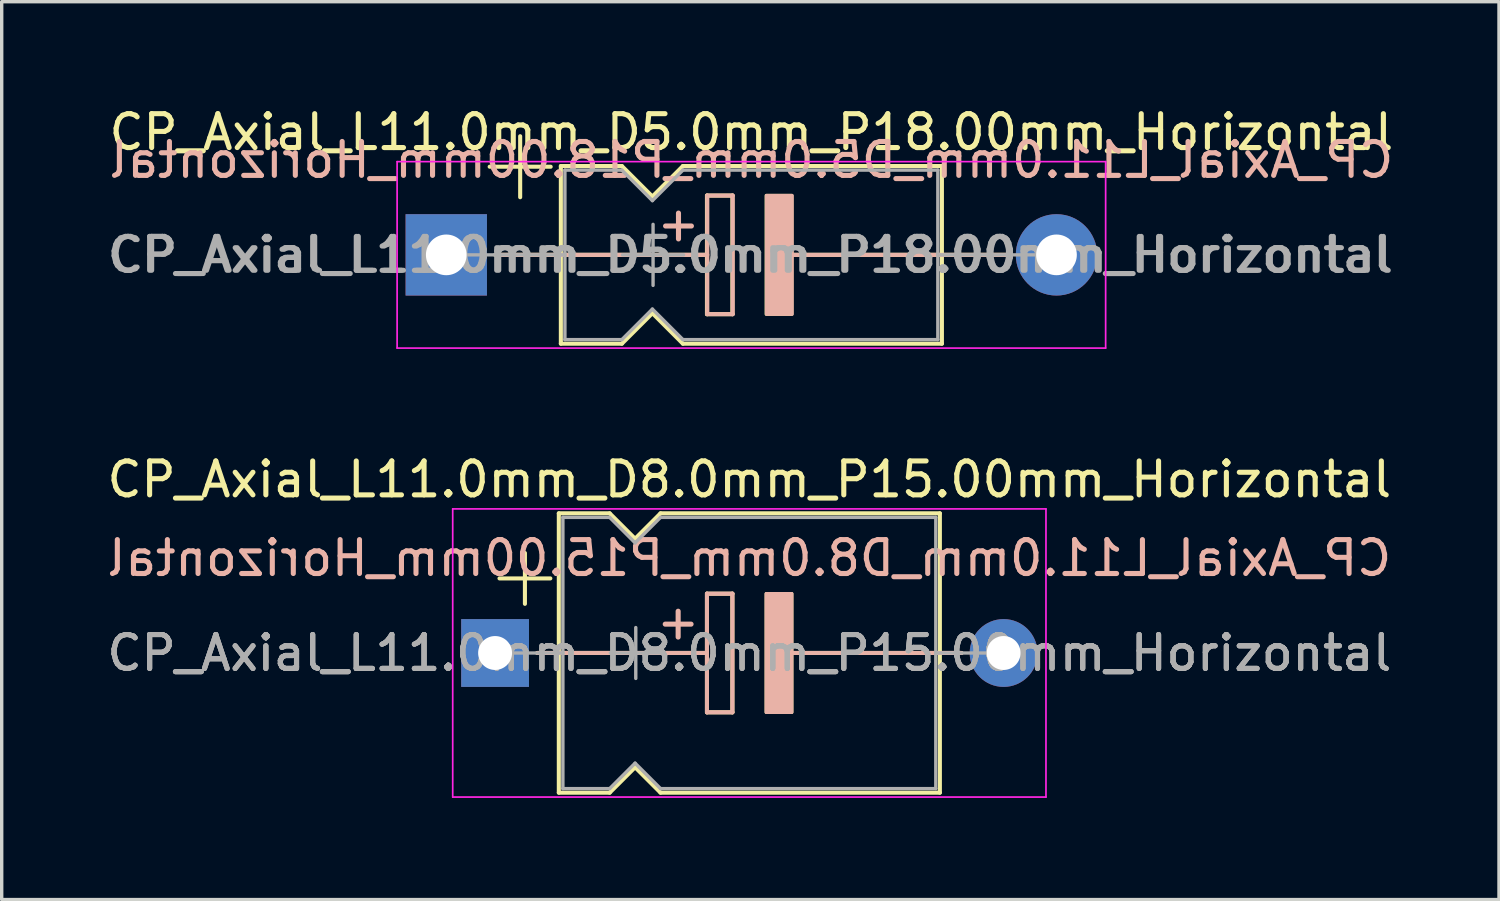
<source format=kicad_pcb>
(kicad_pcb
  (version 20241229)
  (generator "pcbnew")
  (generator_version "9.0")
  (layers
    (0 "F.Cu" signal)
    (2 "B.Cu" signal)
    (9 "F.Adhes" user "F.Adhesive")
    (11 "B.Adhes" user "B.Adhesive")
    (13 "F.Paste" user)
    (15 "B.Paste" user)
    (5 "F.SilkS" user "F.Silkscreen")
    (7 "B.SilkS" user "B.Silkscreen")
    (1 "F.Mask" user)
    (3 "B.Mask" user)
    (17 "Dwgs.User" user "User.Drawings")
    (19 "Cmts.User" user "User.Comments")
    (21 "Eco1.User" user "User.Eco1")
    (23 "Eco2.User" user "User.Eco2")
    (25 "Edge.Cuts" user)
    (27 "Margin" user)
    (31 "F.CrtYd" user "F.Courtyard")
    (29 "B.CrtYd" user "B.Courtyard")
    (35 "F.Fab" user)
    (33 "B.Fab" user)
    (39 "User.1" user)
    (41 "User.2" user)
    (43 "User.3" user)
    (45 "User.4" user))
  (footprint "CP_Axial_L11.0mm_D8.0mm_P15.00mm_Horizontal"
    (layer "F.Cu")
    (at 11.554 16.212)
    (property "Reference" "CP_Axial_L11.0mm_D8.0mm_P15.00mm_Horizontal" (at 7.5 -5.12 0) (layer "F.SilkS") (effects (font (size 1 1) (thickness 0.15))))
    (fp_line (start 0.13 -2.2) (end 1.63 -2.2) (stroke (width 0.12) (type solid)) (layer "F.SilkS"))
    (fp_line (start 0.88 -2.95) (end 0.88 -1.45) (stroke (width 0.12) (type solid)) (layer "F.SilkS"))
    (fp_line (start 1.24 0) (end 1.88 0) (stroke (width 0.12) (type solid)) (layer "F.SilkS"))
    (fp_line (start 1.88 -4.12) (end 1.88 4.12) (stroke (width 0.12) (type solid)) (layer "F.SilkS"))
    (fp_line (start 1.88 -4.12) (end 3.38 -4.12) (stroke (width 0.12) (type solid)) (layer "F.SilkS"))
    (fp_line (start 1.88 0) (end 6.25 0) (stroke (width 0.12) (type solid)) (layer "F.SilkS"))
    (fp_line (start 1.88 4.12) (end 3.38 4.12) (stroke (width 0.12) (type solid)) (layer "F.SilkS"))
    (fp_line (start 3.38 -4.12) (end 4.13 -3.37) (stroke (width 0.12) (type solid)) (layer "F.SilkS"))
    (fp_line (start 3.38 4.12) (end 4.13 3.37) (stroke (width 0.12) (type solid)) (layer "F.SilkS"))
    (fp_line (start 4.13 -3.37) (end 4.88 -4.12) (stroke (width 0.12) (type solid)) (layer "F.SilkS"))
    (fp_line (start 4.13 3.37) (end 4.88 4.12) (stroke (width 0.12) (type solid)) (layer "F.SilkS"))
    (fp_line (start 4.88 -4.12) (end 13.12 -4.12) (stroke (width 0.12) (type solid)) (layer "F.SilkS"))
    (fp_line (start 4.88 4.12) (end 13.12 4.12) (stroke (width 0.12) (type solid)) (layer "F.SilkS"))
    (fp_line (start 6.25 -1.75) (end 6.25 1.75) (stroke (width 0.12) (type solid)) (layer "F.SilkS"))
    (fp_line (start 6.25 -1.75) (end 7 -1.75) (stroke (width 0.12) (type solid)) (layer "F.SilkS"))
    (fp_line (start 7 -1.75) (end 7 1.75) (stroke (width 0.12) (type solid)) (layer "F.SilkS"))
    (fp_line (start 7 1.75) (end 6.25 1.75) (stroke (width 0.12) (type solid)) (layer "F.SilkS"))
    (fp_line (start 8.75 0) (end 13.12 0) (stroke (width 0.12) (type solid)) (layer "F.SilkS"))
    (fp_line (start 13.12 -4.12) (end 13.12 4.12) (stroke (width 0.12) (type solid)) (layer "F.SilkS"))
    (fp_line (start 13.76 0) (end 13.12 0) (stroke (width 0.12) (type solid)) (layer "F.SilkS"))
    (fp_poly (pts (xy 8.75 1.75) (xy 8 1.75) (xy 8 -1.75) (xy 8.75 -1.75)) (stroke (width 0.1) (type solid)) (fill yes) (layer "F.SilkS"))
    (fp_line (start 1.25 0) (end 2.38 0) (stroke (width 0.12) (type solid)) (layer "B.SilkS"))
    (fp_line (start 2.38 0) (end 6.25 0) (stroke (width 0.12) (type solid)) (layer "B.SilkS"))
    (fp_line (start 6.25 -1.75) (end 6.25 1.75) (stroke (width 0.12) (type solid)) (layer "B.SilkS"))
    (fp_line (start 6.25 -1.75) (end 7 -1.75) (stroke (width 0.12) (type solid)) (layer "B.SilkS"))
    (fp_line (start 7 -1.75) (end 7 1.75) (stroke (width 0.12) (type solid)) (layer "B.SilkS"))
    (fp_line (start 7 1.75) (end 6.25 1.75) (stroke (width 0.12) (type solid)) (layer "B.SilkS"))
    (fp_line (start 8.75 0) (end 12.62 0) (stroke (width 0.12) (type solid)) (layer "B.SilkS"))
    (fp_line (start 13.75 0) (end 12.62 0) (stroke (width 0.12) (type solid)) (layer "B.SilkS"))
    (fp_poly (pts (xy 8.75 1.75) (xy 8 1.75) (xy 8 -1.75) (xy 8.75 -1.75)) (stroke (width 0.1) (type solid)) (fill yes) (layer "B.SilkS"))
    (fp_line (start -1.25 -4.25) (end -1.25 4.25) (stroke (width 0.05) (type solid)) (layer "F.CrtYd"))
    (fp_line (start -1.25 4.25) (end 16.25 4.25) (stroke (width 0.05) (type solid)) (layer "F.CrtYd"))
    (fp_line (start 16.25 -4.25) (end -1.25 -4.25) (stroke (width 0.05) (type solid)) (layer "F.CrtYd"))
    (fp_line (start 16.25 4.25) (end 16.25 -4.25) (stroke (width 0.05) (type solid)) (layer "F.CrtYd"))
    (fp_line (start 0 0) (end 2 0) (stroke (width 0.1) (type solid)) (layer "F.Fab"))
    (fp_line (start 2 -4) (end 2 4) (stroke (width 0.1) (type solid)) (layer "F.Fab"))
    (fp_line (start 2 -4) (end 3.38 -4) (stroke (width 0.1) (type solid)) (layer "F.Fab"))
    (fp_line (start 2 4) (end 3.38 4) (stroke (width 0.1) (type solid)) (layer "F.Fab"))
    (fp_line (start 3.38 -4) (end 4.13 -3.25) (stroke (width 0.1) (type solid)) (layer "F.Fab"))
    (fp_line (start 3.38 4) (end 4.13 3.25) (stroke (width 0.1) (type solid)) (layer "F.Fab"))
    (fp_line (start 3.4 0) (end 4.9 0) (stroke (width 0.1) (type solid)) (layer "F.Fab"))
    (fp_line (start 4.13 -3.25) (end 4.88 -4) (stroke (width 0.1) (type solid)) (layer "F.Fab"))
    (fp_line (start 4.13 3.25) (end 4.88 4) (stroke (width 0.1) (type solid)) (layer "F.Fab"))
    (fp_line (start 4.15 -0.75) (end 4.15 0.75) (stroke (width 0.1) (type solid)) (layer "F.Fab"))
    (fp_line (start 4.88 -4) (end 13 -4) (stroke (width 0.1) (type solid)) (layer "F.Fab"))
    (fp_line (start 4.88 4) (end 13 4) (stroke (width 0.1) (type solid)) (layer "F.Fab"))
    (fp_line (start 13 -4) (end 13 4) (stroke (width 0.1) (type solid)) (layer "F.Fab"))
    (fp_line (start 15 0) (end 13 0) (stroke (width 0.1) (type solid)) (layer "F.Fab"))
    (fp_text user "${REFERENCE}" (at 7.5 -2.8 0) (layer "B.SilkS") (effects (font (size 1 1) (thickness 0.15)) (justify mirror)))
    (fp_text user "+" (at 5.4 -0.925 0) (unlocked yes) (layer "B.SilkS") (effects (font (size 1 1) (thickness 0.15)) (justify mirror)))
    (fp_text user "${REFERENCE}" (at 7.5 0 0) (layer "F.Fab") (effects (font (size 1 1) (thickness 0.15))))
    (fp_text user "${REFERENCE}" (at 7.5 0 0) (layer "F.Fab") (effects (font (size 1 1) (thickness 0.15))))
    (fp_text user "${REFERENCE}" (at 7.5 0 0) (layer "F.Fab") (effects (font (size 1 1) (thickness 0.15))))
    (pad "1" thru_hole rect (at 0 0) (size 2 2) (drill 1) (layers "*.Cu" "*.Mask"))
    (pad "2" thru_hole oval (at 15 0) (size 2 2) (drill 1) (layers "*.Cu" "*.Mask")))
  (footprint "CP_Axial_L11.0mm_D5.0mm_P18.00mm_Horizontal"
    (layer "F.Cu")
    (at 10.114 4.468)
    (property "Reference" "CP_Axial_L11.0mm_D5.0mm_P18.00mm_Horizontal" (at 9 -3.62 0) (layer "F.SilkS") (effects (font (size 1 1) (thickness 0.15))))
    (fp_line (start 1.28 -2.6) (end 3.08 -2.6) (stroke (width 0.12) (type solid)) (layer "F.SilkS"))
    (fp_line (start 1.44 0) (end 3.38 0) (stroke (width 0.12) (type solid)) (layer "F.SilkS"))
    (fp_line (start 2.18 -3.5) (end 2.18 -1.7) (stroke (width 0.12) (type solid)) (layer "F.SilkS"))
    (fp_line (start 3.38 -2.62) (end 3.38 2.62) (stroke (width 0.12) (type solid)) (layer "F.SilkS"))
    (fp_line (start 3.38 -2.62) (end 5.18 -2.62) (stroke (width 0.12) (type solid)) (layer "F.SilkS"))
    (fp_line (start 3.38 0) (end 7.69 0) (stroke (width 0.12) (type solid)) (layer "F.SilkS"))
    (fp_line (start 3.38 2.62) (end 5.18 2.62) (stroke (width 0.12) (type solid)) (layer "F.SilkS"))
    (fp_line (start 5.18 -2.62) (end 6.08 -1.72) (stroke (width 0.12) (type solid)) (layer "F.SilkS"))
    (fp_line (start 5.18 2.62) (end 6.08 1.72) (stroke (width 0.12) (type solid)) (layer "F.SilkS"))
    (fp_line (start 6.08 -1.72) (end 6.98 -2.62) (stroke (width 0.12) (type solid)) (layer "F.SilkS"))
    (fp_line (start 6.08 1.72) (end 6.98 2.62) (stroke (width 0.12) (type solid)) (layer "F.SilkS"))
    (fp_line (start 6.98 -2.62) (end 14.62 -2.62) (stroke (width 0.12) (type solid)) (layer "F.SilkS"))
    (fp_line (start 6.98 2.62) (end 14.62 2.62) (stroke (width 0.12) (type solid)) (layer "F.SilkS"))
    (fp_line (start 7.69 -1.75) (end 7.69 1.75) (stroke (width 0.12) (type solid)) (layer "F.SilkS"))
    (fp_line (start 7.69 -1.75) (end 8.44 -1.75) (stroke (width 0.12) (type solid)) (layer "F.SilkS"))
    (fp_line (start 8.44 -1.75) (end 8.44 1.75) (stroke (width 0.12) (type solid)) (layer "F.SilkS"))
    (fp_line (start 8.44 1.75) (end 7.69 1.75) (stroke (width 0.12) (type solid)) (layer "F.SilkS"))
    (fp_line (start 10.19 0) (end 14.62 0) (stroke (width 0.12) (type solid)) (layer "F.SilkS"))
    (fp_line (start 14.62 -2.62) (end 14.62 2.62) (stroke (width 0.12) (type solid)) (layer "F.SilkS"))
    (fp_line (start 16.56 0) (end 14.62 0) (stroke (width 0.12) (type solid)) (layer "F.SilkS"))
    (fp_poly (pts (xy 10.19 1.75) (xy 9.44 1.75) (xy 9.44 -1.75) (xy 10.19 -1.75)) (stroke (width 0.1) (type solid)) (fill yes) (layer "F.SilkS"))
    (fp_line (start 1.45 0) (end 3.83 0) (stroke (width 0.12) (type solid)) (layer "B.SilkS"))
    (fp_line (start 3.83 0) (end 7.7 0) (stroke (width 0.12) (type solid)) (layer "B.SilkS"))
    (fp_line (start 7.7 -1.75) (end 7.7 1.75) (stroke (width 0.12) (type solid)) (layer "B.SilkS"))
    (fp_line (start 7.7 -1.75) (end 8.45 -1.75) (stroke (width 0.12) (type solid)) (layer "B.SilkS"))
    (fp_line (start 8.45 -1.75) (end 8.45 1.75) (stroke (width 0.12) (type solid)) (layer "B.SilkS"))
    (fp_line (start 8.45 1.75) (end 7.7 1.75) (stroke (width 0.12) (type solid)) (layer "B.SilkS"))
    (fp_line (start 10.2 0) (end 14.07 0) (stroke (width 0.12) (type solid)) (layer "B.SilkS"))
    (fp_line (start 16.55 0) (end 14.07 0) (stroke (width 0.12) (type solid)) (layer "B.SilkS"))
    (fp_poly (pts (xy 10.2 1.75) (xy 9.45 1.75) (xy 9.45 -1.75) (xy 10.2 -1.75)) (stroke (width 0.1) (type solid)) (fill yes) (layer "B.SilkS"))
    (fp_line (start -1.45 -2.75) (end -1.45 2.75) (stroke (width 0.05) (type solid)) (layer "F.CrtYd"))
    (fp_line (start -1.45 2.75) (end 19.45 2.75) (stroke (width 0.05) (type solid)) (layer "F.CrtYd"))
    (fp_line (start 19.45 -2.75) (end -1.45 -2.75) (stroke (width 0.05) (type solid)) (layer "F.CrtYd"))
    (fp_line (start 19.45 2.75) (end 19.45 -2.75) (stroke (width 0.05) (type solid)) (layer "F.CrtYd"))
    (fp_line (start 0 0) (end 3.5 0) (stroke (width 0.1) (type solid)) (layer "F.Fab"))
    (fp_line (start 3.5 -2.5) (end 3.5 2.5) (stroke (width 0.1) (type solid)) (layer "F.Fab"))
    (fp_line (start 3.5 -2.5) (end 5.18 -2.5) (stroke (width 0.1) (type solid)) (layer "F.Fab"))
    (fp_line (start 3.5 2.5) (end 5.18 2.5) (stroke (width 0.1) (type solid)) (layer "F.Fab"))
    (fp_line (start 5.18 -2.5) (end 6.08 -1.6) (stroke (width 0.1) (type solid)) (layer "F.Fab"))
    (fp_line (start 5.18 2.5) (end 6.08 1.6) (stroke (width 0.1) (type solid)) (layer "F.Fab"))
    (fp_line (start 5.2 0) (end 7 0) (stroke (width 0.1) (type solid)) (layer "F.Fab"))
    (fp_line (start 6.08 -1.6) (end 6.98 -2.5) (stroke (width 0.1) (type solid)) (layer "F.Fab"))
    (fp_line (start 6.08 1.6) (end 6.98 2.5) (stroke (width 0.1) (type solid)) (layer "F.Fab"))
    (fp_line (start 6.1 -0.9) (end 6.1 0.9) (stroke (width 0.1) (type solid)) (layer "F.Fab"))
    (fp_line (start 6.98 -2.5) (end 14.5 -2.5) (stroke (width 0.1) (type solid)) (layer "F.Fab"))
    (fp_line (start 6.98 2.5) (end 14.5 2.5) (stroke (width 0.1) (type solid)) (layer "F.Fab"))
    (fp_line (start 14.5 -2.5) (end 14.5 2.5) (stroke (width 0.1) (type solid)) (layer "F.Fab"))
    (fp_line (start 18 0) (end 14.5 0) (stroke (width 0.1) (type solid)) (layer "F.Fab"))
    (fp_text user "${REFERENCE}" (at 9 -2.8 0) (layer "B.SilkS") (effects (font (size 1 1) (thickness 0.15)) (justify mirror)))
    (fp_text user "+" (at 6.85 -0.925 0) (unlocked yes) (layer "B.SilkS") (effects (font (size 1 1) (thickness 0.15)) (justify mirror)))
    (fp_text user "${REFERENCE}" (at 9 0 0) (layer "F.Fab") (effects (font (size 1 1) (thickness 0.15))))
    (fp_text user "${REFERENCE}" (at 8.94 0 0) (layer "F.Fab") (effects (font (size 1 1) (thickness 0.15))))
    (pad "1" thru_hole rect (at 0 0) (size 2.4 2.4) (drill 1.2) (layers "*.Cu" "*.Mask"))
    (pad "2" thru_hole oval (at 18 0) (size 2.4 2.4) (drill 1.2) (layers "*.Cu" "*.Mask")))
  (gr_rect
    (start -3 -3)
    (end 41.167 23.486)
    (stroke (width 0.1) (type default))
    (fill no)
    (layer "Edge.Cuts")))
</source>
